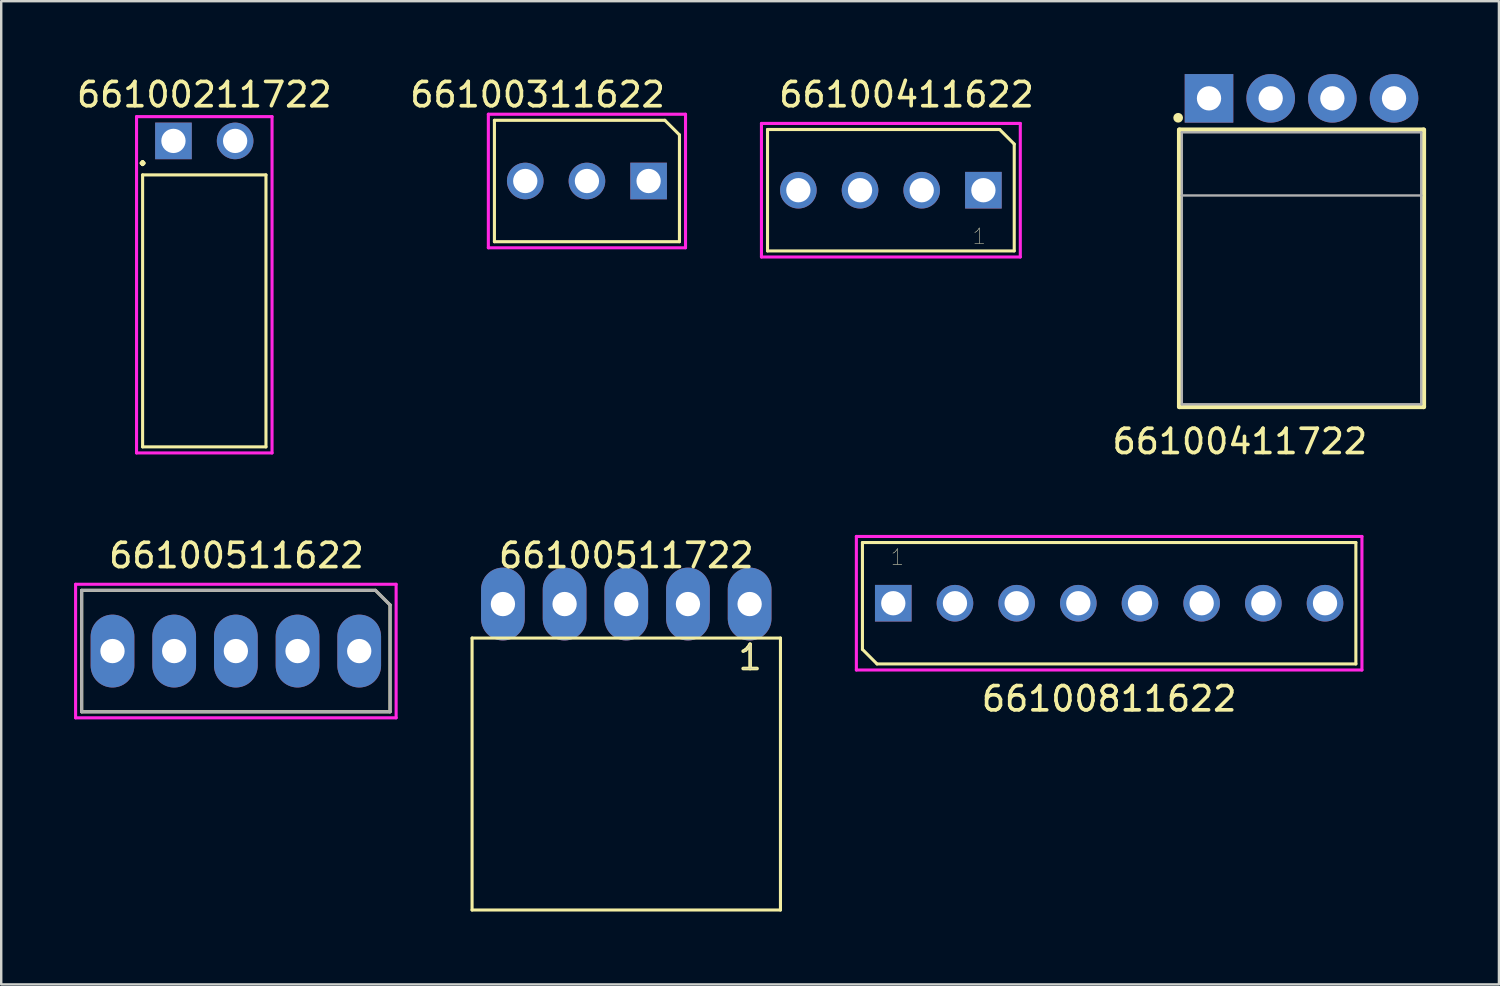
<source format=kicad_pcb>
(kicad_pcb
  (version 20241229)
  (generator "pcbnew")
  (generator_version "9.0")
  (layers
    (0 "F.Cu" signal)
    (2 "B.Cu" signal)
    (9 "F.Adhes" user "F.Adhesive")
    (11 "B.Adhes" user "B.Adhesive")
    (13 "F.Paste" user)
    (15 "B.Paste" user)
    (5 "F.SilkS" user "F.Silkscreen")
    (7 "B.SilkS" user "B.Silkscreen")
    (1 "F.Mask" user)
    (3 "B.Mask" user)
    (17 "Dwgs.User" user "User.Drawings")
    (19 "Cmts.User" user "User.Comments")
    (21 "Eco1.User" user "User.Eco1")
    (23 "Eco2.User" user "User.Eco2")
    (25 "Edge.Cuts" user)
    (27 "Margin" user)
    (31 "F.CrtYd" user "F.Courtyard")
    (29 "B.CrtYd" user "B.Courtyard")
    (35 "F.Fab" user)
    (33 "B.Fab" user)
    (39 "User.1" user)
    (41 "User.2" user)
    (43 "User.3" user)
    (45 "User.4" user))
  (footprint "66100811622"
    (layer "F.Cu")
    (at 42.627 21.542)
    (property "Reference" "66100811622" (at 0 4.185 180) (layer "F.SilkS") (effects (font (size 1 1) (thickness 0.15))))
    (attr through_hole)
    (fp_line (start -10.16 2.15) (end -10.16 -2.25) (stroke (width 0.127) (type solid)) (layer "F.SilkS"))
    (fp_line (start -9.56 2.75) (end -10.16 2.15) (stroke (width 0.127) (type solid)) (layer "F.SilkS"))
    (fp_line (start 10.16 -2.25) (end -10.16 -2.25) (stroke (width 0.127) (type solid)) (layer "F.SilkS"))
    (fp_line (start 10.16 2.75) (end -9.56 2.75) (stroke (width 0.127) (type solid)) (layer "F.SilkS"))
    (fp_line (start 10.16 2.75) (end 10.16 -2.25) (stroke (width 0.127) (type solid)) (layer "F.SilkS"))
    (fp_line (start -10.41 -2.5) (end 10.41 -2.5) (stroke (width 0.127) (type solid)) (layer "F.CrtYd"))
    (fp_line (start -10.41 3) (end -10.41 -2.5) (stroke (width 0.127) (type solid)) (layer "F.CrtYd"))
    (fp_line (start 10.41 -2.5) (end 10.41 3) (stroke (width 0.127) (type solid)) (layer "F.CrtYd"))
    (fp_line (start 10.41 3) (end -10.41 3) (stroke (width 0.127) (type solid)) (layer "F.CrtYd"))
    (fp_text user "1" (at -8.72 -1.65 180) (layer "F.SilkS") (effects (font (size 0.64 0.64) (thickness 0.015))))
    (fp_text user "1" (at -8.72 -1.65 180) (layer "F.Fab") (effects (font (size 0.64 0.64) (thickness 0.015))))
    (pad "1" thru_hole rect (at -8.89 0.25 180) (size 1.508 1.508) (drill 1) (layers "*.Cu" "*.Mask"))
    (pad "2" thru_hole circle (at -6.35 0.25 180) (size 1.508 1.508) (drill 1) (layers "*.Cu" "*.Mask"))
    (pad "3" thru_hole circle (at -3.81 0.25 180) (size 1.508 1.508) (drill 1) (layers "*.Cu" "*.Mask"))
    (pad "4" thru_hole circle (at -1.27 0.25 180) (size 1.508 1.508) (drill 1) (layers "*.Cu" "*.Mask"))
    (pad "5" thru_hole circle (at 1.27 0.25 180) (size 1.508 1.508) (drill 1) (layers "*.Cu" "*.Mask"))
    (pad "6" thru_hole circle (at 3.81 0.25 180) (size 1.508 1.508) (drill 1) (layers "*.Cu" "*.Mask"))
    (pad "7" thru_hole circle (at 6.35 0.25 180) (size 1.508 1.508) (drill 1) (layers "*.Cu" "*.Mask"))
    (pad "8" thru_hole circle (at 8.89 0.25 180) (size 1.508 1.508) (drill 1) (layers "*.Cu" "*.Mask")))
  (footprint "66100211722"
    (layer "F.Cu")
    (at 5.363 2.753)
    (property "Reference" "66100211722" (at 0 -1.905 0) (layer "F.SilkS") (effects (font (size 1 1) (thickness 0.15))))
    (attr through_hole)
    (fp_line (start -2.54 1.4) (end -2.54 12.6) (stroke (width 0.127) (type solid)) (layer "F.SilkS"))
    (fp_line (start -2.54 1.4) (end 2.54 1.4) (stroke (width 0.127) (type solid)) (layer "F.SilkS"))
    (fp_line (start -2.54 12.6) (end 2.54 12.6) (stroke (width 0.127) (type solid)) (layer "F.SilkS"))
    (fp_line (start 2.54 1.4) (end 2.54 12.6) (stroke (width 0.127) (type solid)) (layer "F.SilkS"))
    (fp_line (start -2.79 -1) (end -2.79 12.85) (stroke (width 0.127) (type solid)) (layer "F.CrtYd"))
    (fp_line (start -2.79 12.85) (end 2.79 12.85) (stroke (width 0.127) (type solid)) (layer "F.CrtYd"))
    (fp_line (start 2.79 -1) (end -2.79 -1) (stroke (width 0.127) (type solid)) (layer "F.CrtYd"))
    (fp_line (start 2.79 12.85) (end 2.79 -1) (stroke (width 0.127) (type solid)) (layer "F.CrtYd"))
    (fp_text user "." (at -2.54 0.508 0) (layer "F.SilkS") (effects (font (size 1 1) (thickness 0.15))))
    (pad "1" thru_hole rect (at -1.27 0) (size 1.508 1.508) (drill 1) (layers "*.Cu" "*.Mask"))
    (pad "2" thru_hole circle (at 1.27 0) (size 1.508 1.508) (drill 1) (layers "*.Cu" "*.Mask")))
  (footprint "66100511722"
    (layer "F.Cu")
    (at 22.741 21.826)
    (property "Reference" "66100511722" (at 0 -2 0) (layer "F.SilkS") (effects (font (size 1 1) (thickness 0.15))))
    (attr through_hole)
    (fp_line (start -6.35 1.4) (end -6.35 12.6) (stroke (width 0.127) (type solid)) (layer "F.SilkS"))
    (fp_line (start -6.35 1.4) (end 6.35 1.4) (stroke (width 0.127) (type solid)) (layer "F.SilkS"))
    (fp_line (start -6.35 12.6) (end 6.35 12.6) (stroke (width 0.127) (type solid)) (layer "F.SilkS"))
    (fp_line (start 6.35 1.4) (end 6.35 12.6) (stroke (width 0.127) (type solid)) (layer "F.SilkS"))
    (fp_text user "1" (at 5.1 2.2 0) (layer "F.SilkS") (effects (font (size 1 1) (thickness 0.15))))
    (fp_text user "1" (at 5.1 2.2 0) (layer "F.Fab") (effects (font (size 1 1) (thickness 0.015))))
    (pad "1" thru_hole oval (at 5.08 0) (size 1.8 3) (drill 1) (layers "*.Cu" "*.Mask"))
    (pad "2" thru_hole oval (at 2.54 0) (size 1.8 3) (drill 1) (layers "*.Cu" "*.Mask"))
    (pad "3" thru_hole oval (at 0 0) (size 1.8 3) (drill 1) (layers "*.Cu" "*.Mask"))
    (pad "4" thru_hole oval (at -2.54 0) (size 1.8 3) (drill 1) (layers "*.Cu" "*.Mask"))
    (pad "5" thru_hole oval (at -5.08 0) (size 1.8 3) (drill 1) (layers "*.Cu" "*.Mask")))
  (footprint "66100511622"
    (layer "F.Cu")
    (at 6.663 23.762)
    (property "Reference" "66100511622" (at 0.025 -3.935 0) (layer "F.SilkS") (effects (font (size 1 1) (thickness 0.15))))
    (attr through_hole)
    (fp_line (start -6.35 -2.5) (end -6.35 2.5) (stroke (width 0.127) (type solid)) (layer "F.SilkS"))
    (fp_line (start -6.35 -2.5) (end 5.75 -2.5) (stroke (width 0.127) (type solid)) (layer "F.SilkS"))
    (fp_line (start -6.35 2.5) (end 6.35 2.5) (stroke (width 0.127) (type solid)) (layer "F.SilkS"))
    (fp_line (start 5.75 -2.5) (end 6.35 -1.9) (stroke (width 0.127) (type solid)) (layer "F.SilkS"))
    (fp_line (start 6.35 -1.9) (end 6.35 2.5) (stroke (width 0.127) (type solid)) (layer "F.SilkS"))
    (fp_line (start -6.6 -2.75) (end 6.6 -2.75) (stroke (width 0.127) (type solid)) (layer "F.CrtYd"))
    (fp_line (start -6.6 2.75) (end -6.6 -2.75) (stroke (width 0.127) (type solid)) (layer "F.CrtYd"))
    (fp_line (start 6.6 -2.75) (end 6.6 2.75) (stroke (width 0.127) (type solid)) (layer "F.CrtYd"))
    (fp_line (start 6.6 2.75) (end -6.6 2.75) (stroke (width 0.127) (type solid)) (layer "F.CrtYd"))
    (fp_line (start -6.35 -2.5) (end -6.35 2.5) (stroke (width 0.127) (type solid)) (layer "F.Fab"))
    (fp_line (start -6.35 -2.5) (end 5.75 -2.5) (stroke (width 0.127) (type solid)) (layer "F.Fab"))
    (fp_line (start -6.35 2.5) (end 6.35 2.5) (stroke (width 0.127) (type solid)) (layer "F.Fab"))
    (fp_line (start 5.75 -2.5) (end 6.35 -1.9) (stroke (width 0.127) (type solid)) (layer "F.Fab"))
    (fp_line (start 6.35 -1.9) (end 6.35 2.5) (stroke (width 0.127) (type solid)) (layer "F.Fab"))
    (pad "1" thru_hole oval (at 5.08 0) (size 1.8 3) (drill 1) (layers "*.Cu" "*.Mask"))
    (pad "2" thru_hole oval (at 2.54 0) (size 1.8 3) (drill 1) (layers "*.Cu" "*.Mask"))
    (pad "3" thru_hole oval (at 0 0) (size 1.8 3) (drill 1) (layers "*.Cu" "*.Mask"))
    (pad "4" thru_hole oval (at -2.54 0) (size 1.8 3) (drill 1) (layers "*.Cu" "*.Mask"))
    (pad "5" thru_hole oval (at -5.08 0) (size 1.8 3) (drill 1) (layers "*.Cu" "*.Mask")))
  (footprint "66100411622"
    (layer "F.Cu")
    (at 33.638 4.783)
    (property "Reference" "66100411622" (at 0.645 -3.935 0) (layer "F.SilkS") (effects (font (size 1 1) (thickness 0.15))))
    (attr through_hole)
    (fp_line (start -5.08 -2.5) (end -5.08 2.5) (stroke (width 0.127) (type solid)) (layer "F.SilkS"))
    (fp_line (start -5.08 -2.5) (end 4.48 -2.5) (stroke (width 0.127) (type solid)) (layer "F.SilkS"))
    (fp_line (start -5.08 2.5) (end 5.08 2.5) (stroke (width 0.127) (type solid)) (layer "F.SilkS"))
    (fp_line (start 4.48 -2.5) (end 5.08 -1.9) (stroke (width 0.127) (type solid)) (layer "F.SilkS"))
    (fp_line (start 5.08 -1.9) (end 5.08 2.5) (stroke (width 0.127) (type solid)) (layer "F.SilkS"))
    (fp_line (start -5.33 -2.75) (end 5.33 -2.75) (stroke (width 0.127) (type solid)) (layer "F.CrtYd"))
    (fp_line (start -5.33 2.75) (end -5.33 -2.75) (stroke (width 0.127) (type solid)) (layer "F.CrtYd"))
    (fp_line (start 5.33 -2.75) (end 5.33 2.75) (stroke (width 0.127) (type solid)) (layer "F.CrtYd"))
    (fp_line (start 5.33 2.75) (end -5.33 2.75) (stroke (width 0.127) (type solid)) (layer "F.CrtYd"))
    (fp_text user "1" (at 3.64 1.9 0) (layer "F.SilkS") (effects (font (size 0.64 0.64) (thickness 0.015))))
    (fp_text user "1" (at 3.64 1.9 0) (layer "F.Fab") (effects (font (size 0.64 0.64) (thickness 0.015))))
    (pad "1" thru_hole rect (at 3.81 0) (size 1.508 1.508) (drill 1) (layers "*.Cu" "*.Mask"))
    (pad "2" thru_hole circle (at 1.27 0) (size 1.508 1.508) (drill 1) (layers "*.Cu" "*.Mask"))
    (pad "3" thru_hole circle (at -1.27 0) (size 1.508 1.508) (drill 1) (layers "*.Cu" "*.Mask"))
    (pad "4" thru_hole circle (at -3.81 0) (size 1.508 1.508) (drill 1) (layers "*.Cu" "*.Mask")))
  (footprint "66100311622"
    (layer "F.Cu")
    (at 21.121 4.404)
    (property "Reference" "66100311622" (at -2.032 -3.556 0) (layer "F.SilkS") (effects (font (size 1 1) (thickness 0.15))))
    (attr through_hole)
    (fp_line (start -3.81 -2.5) (end -3.81 2.5) (stroke (width 0.127) (type solid)) (layer "F.SilkS"))
    (fp_line (start -3.81 -2.5) (end 3.21 -2.5) (stroke (width 0.127) (type solid)) (layer "F.SilkS"))
    (fp_line (start -3.81 2.5) (end 3.81 2.5) (stroke (width 0.127) (type solid)) (layer "F.SilkS"))
    (fp_line (start 3.21 -2.5) (end 3.81 -1.9) (stroke (width 0.127) (type solid)) (layer "F.SilkS"))
    (fp_line (start 3.81 -1.9) (end 3.81 2.5) (stroke (width 0.127) (type solid)) (layer "F.SilkS"))
    (fp_line (start -4.06 -2.75) (end 4.06 -2.75) (stroke (width 0.127) (type solid)) (layer "F.CrtYd"))
    (fp_line (start -4.06 2.75) (end -4.06 -2.75) (stroke (width 0.127) (type solid)) (layer "F.CrtYd"))
    (fp_line (start 4.06 -2.75) (end 4.06 2.75) (stroke (width 0.127) (type solid)) (layer "F.CrtYd"))
    (fp_line (start 4.06 2.75) (end -4.06 2.75) (stroke (width 0.127) (type solid)) (layer "F.CrtYd"))
    (pad "1" thru_hole rect (at 2.54 0) (size 1.508 1.508) (drill 1) (layers "*.Cu" "*.Mask"))
    (pad "2" thru_hole circle (at 0 0) (size 1.508 1.508) (drill 1) (layers "*.Cu" "*.Mask"))
    (pad "3" thru_hole circle (at -2.54 0) (size 1.508 1.508) (drill 1) (layers "*.Cu" "*.Mask")))
  (footprint "66100411722"
    (layer "F.Cu")
    (at 50.549 3.7)
    (property "Reference" "66100411722" (at -2.54 11.43 0) (layer "F.SilkS") (effects (font (size 1 1) (thickness 0.15))))
    (attr through_hole)
    (fp_line (start -5.03 -1.4) (end 5.03 -1.4) (stroke (width 0.2) (type solid)) (layer "F.SilkS"))
    (fp_line (start -5.03 10) (end -5.03 -1.4) (stroke (width 0.2) (type solid)) (layer "F.SilkS"))
    (fp_line (start 5.03 -1.4) (end 5.03 10) (stroke (width 0.2) (type solid)) (layer "F.SilkS"))
    (fp_line (start 5.03 10) (end -5.03 10) (stroke (width 0.2) (type solid)) (layer "F.SilkS"))
    (fp_circle (center -5.08 -1.9) (end -4.98 -1.9) (stroke (width 0.2) (type solid)) (fill no) (layer "F.SilkS"))
    (fp_line (start -4.93 -1.3) (end -4.93 1.3) (stroke (width 0.1) (type solid)) (layer "F.Fab"))
    (fp_line (start -4.93 -1.3) (end 4.93 -1.3) (stroke (width 0.1) (type solid)) (layer "F.Fab"))
    (fp_line (start -4.93 1.3) (end -4.93 9.9) (stroke (width 0.1) (type solid)) (layer "F.Fab"))
    (fp_line (start -4.93 1.3) (end 4.93 1.3) (stroke (width 0.1) (type solid)) (layer "F.Fab"))
    (fp_line (start -4.93 9.9) (end 4.93 9.9) (stroke (width 0.1) (type solid)) (layer "F.Fab"))
    (fp_line (start 4.93 -1.3) (end 4.93 1.3) (stroke (width 0.1) (type solid)) (layer "F.Fab"))
    (fp_line (start 4.93 1.3) (end 4.93 9.9) (stroke (width 0.1) (type solid)) (layer "F.Fab"))
    (pad "1" thru_hole rect (at -3.81 -2.7) (size 2 2) (drill 1) (layers "*.Cu" "*.Mask"))
    (pad "2" thru_hole circle (at -1.27 -2.7) (size 2 2) (drill 1) (layers "*.Cu" "*.Mask"))
    (pad "3" thru_hole circle (at 1.27 -2.7) (size 2 2) (drill 1) (layers "*.Cu" "*.Mask"))
    (pad "4" thru_hole circle (at 3.81 -2.7) (size 2 2) (drill 1) (layers "*.Cu" "*.Mask")))
  (gr_rect
    (start -3 -3)
    (end 58.679 37.49)
    (stroke (width 0.1) (type default))
    (fill no)
    (layer "Edge.Cuts")))
</source>
